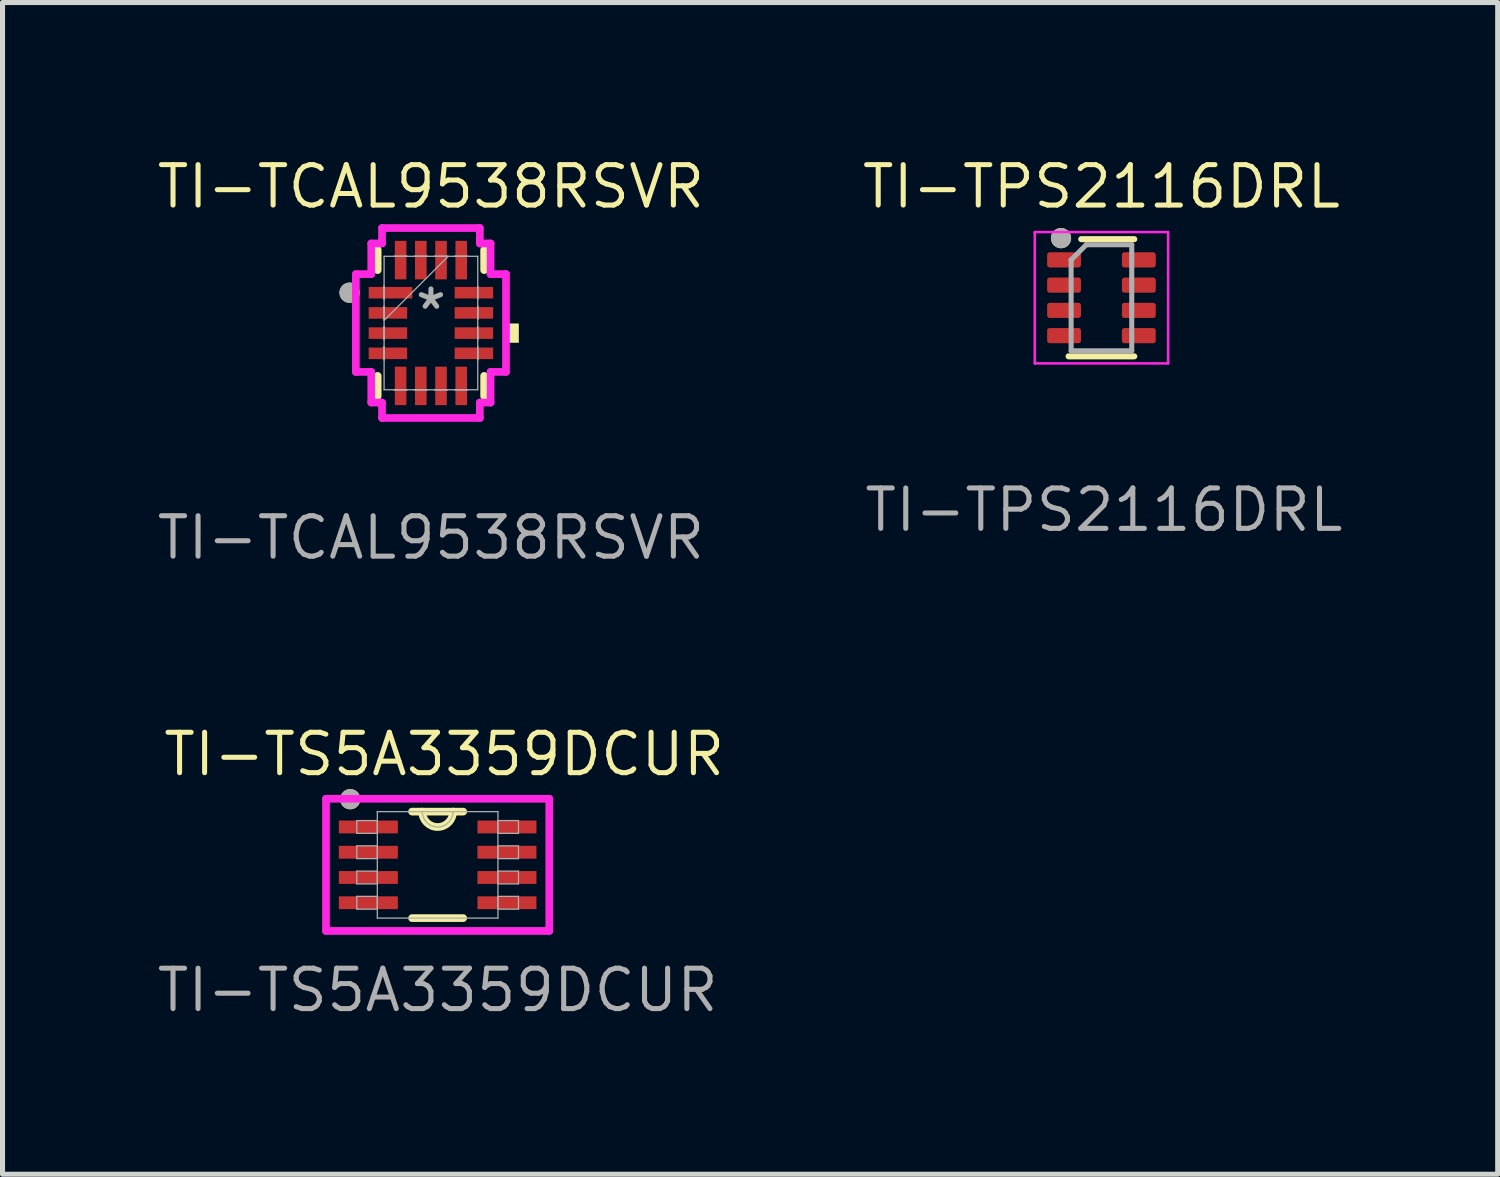
<source format=kicad_pcb>
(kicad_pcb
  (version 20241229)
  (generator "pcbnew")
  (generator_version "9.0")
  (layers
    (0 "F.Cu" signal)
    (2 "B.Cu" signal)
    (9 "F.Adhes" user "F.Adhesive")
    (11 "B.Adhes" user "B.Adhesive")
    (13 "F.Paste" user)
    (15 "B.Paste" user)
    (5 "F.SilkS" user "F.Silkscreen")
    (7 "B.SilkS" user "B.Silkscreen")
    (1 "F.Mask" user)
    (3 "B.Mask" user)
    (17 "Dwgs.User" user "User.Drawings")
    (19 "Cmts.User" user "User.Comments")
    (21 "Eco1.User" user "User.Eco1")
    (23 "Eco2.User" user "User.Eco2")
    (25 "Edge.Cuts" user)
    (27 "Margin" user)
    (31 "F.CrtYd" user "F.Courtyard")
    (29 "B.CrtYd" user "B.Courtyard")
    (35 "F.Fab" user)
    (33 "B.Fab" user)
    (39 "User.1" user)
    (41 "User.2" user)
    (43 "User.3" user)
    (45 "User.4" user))
  (footprint "TI-TCAL9538RSVR"
    (layer "F.Cu")
    (at 5.48 3.344)
    (property "Reference" "TI-TCAL9538RSVR" (at 0 -2.7 0) (unlocked yes) (layer "F.SilkS") (effects (font (size 0.8 0.8) (thickness 0.1))))
    (attr smd)
    (fp_line (start -1.054 -1.047) (end -1.054 -1.448) (stroke (width 0.152) (type solid)) (layer "F.SilkS"))
    (fp_line (start -1.054 1.448) (end -1.054 1.047) (stroke (width 0.152) (type solid)) (layer "F.SilkS"))
    (fp_line (start 1.054 -1.448) (end 1.054 -1.047) (stroke (width 0.152) (type solid)) (layer "F.SilkS"))
    (fp_line (start 1.054 1.047) (end 1.054 1.448) (stroke (width 0.152) (type solid)) (layer "F.SilkS"))
    (fp_circle (center -1.61 -0.6) (end -1.51 -0.6) (stroke (width 0.2) (type solid)) (fill no) (layer "F.SilkS"))
    (fp_poly (pts (xy 1.74 0.009) (xy 1.74 0.391) (xy 1.486 0.391) (xy 1.486 0.009)) (stroke (width 0) (type solid)) (fill yes) (layer "F.SilkS"))
    (fp_line (start -1.486 -0.968) (end -1.486 0.968) (stroke (width 0.152) (type solid)) (layer "F.CrtYd"))
    (fp_line (start -1.486 0.968) (end -1.181 0.968) (stroke (width 0.152) (type solid)) (layer "F.CrtYd"))
    (fp_line (start -1.181 -1.575) (end -1.181 -0.968) (stroke (width 0.152) (type solid)) (layer "F.CrtYd"))
    (fp_line (start -1.181 -0.968) (end -1.486 -0.968) (stroke (width 0.152) (type solid)) (layer "F.CrtYd"))
    (fp_line (start -1.181 0.968) (end -1.181 1.575) (stroke (width 0.152) (type solid)) (layer "F.CrtYd"))
    (fp_line (start -1.181 1.575) (end -0.968 1.575) (stroke (width 0.152) (type solid)) (layer "F.CrtYd"))
    (fp_line (start -0.968 -1.88) (end -0.968 -1.575) (stroke (width 0.152) (type solid)) (layer "F.CrtYd"))
    (fp_line (start -0.968 -1.575) (end -1.181 -1.575) (stroke (width 0.152) (type solid)) (layer "F.CrtYd"))
    (fp_line (start -0.968 1.575) (end -0.968 1.88) (stroke (width 0.152) (type solid)) (layer "F.CrtYd"))
    (fp_line (start -0.968 1.88) (end 0.968 1.88) (stroke (width 0.152) (type solid)) (layer "F.CrtYd"))
    (fp_line (start 0.968 -1.88) (end -0.968 -1.88) (stroke (width 0.152) (type solid)) (layer "F.CrtYd"))
    (fp_line (start 0.968 -1.575) (end 0.968 -1.88) (stroke (width 0.152) (type solid)) (layer "F.CrtYd"))
    (fp_line (start 0.968 1.575) (end 1.181 1.575) (stroke (width 0.152) (type solid)) (layer "F.CrtYd"))
    (fp_line (start 0.968 1.88) (end 0.968 1.575) (stroke (width 0.152) (type solid)) (layer "F.CrtYd"))
    (fp_line (start 1.181 -1.575) (end 0.968 -1.575) (stroke (width 0.152) (type solid)) (layer "F.CrtYd"))
    (fp_line (start 1.181 -0.968) (end 1.181 -1.575) (stroke (width 0.152) (type solid)) (layer "F.CrtYd"))
    (fp_line (start 1.181 0.968) (end 1.486 0.968) (stroke (width 0.152) (type solid)) (layer "F.CrtYd"))
    (fp_line (start 1.181 1.575) (end 1.181 0.968) (stroke (width 0.152) (type solid)) (layer "F.CrtYd"))
    (fp_line (start 1.486 -0.968) (end 1.181 -0.968) (stroke (width 0.152) (type solid)) (layer "F.CrtYd"))
    (fp_line (start 1.486 0.968) (end 1.486 -0.968) (stroke (width 0.152) (type solid)) (layer "F.CrtYd"))
    (fp_line (start -0.927 -1.321) (end -0.927 1.321) (stroke (width 0.025) (type solid)) (layer "F.Fab"))
    (fp_line (start -0.927 -0.727) (end -0.927 -0.727) (stroke (width 0.025) (type solid)) (layer "F.Fab"))
    (fp_line (start -0.927 -0.727) (end -0.927 -0.473) (stroke (width 0.025) (type solid)) (layer "F.Fab"))
    (fp_line (start -0.927 -0.473) (end -0.927 -0.727) (stroke (width 0.025) (type solid)) (layer "F.Fab"))
    (fp_line (start -0.927 -0.473) (end -0.927 -0.473) (stroke (width 0.025) (type solid)) (layer "F.Fab"))
    (fp_line (start -0.927 -0.327) (end -0.927 -0.327) (stroke (width 0.025) (type solid)) (layer "F.Fab"))
    (fp_line (start -0.927 -0.327) (end -0.927 -0.073) (stroke (width 0.025) (type solid)) (layer "F.Fab"))
    (fp_line (start -0.927 -0.073) (end -0.927 -0.327) (stroke (width 0.025) (type solid)) (layer "F.Fab"))
    (fp_line (start -0.927 -0.073) (end -0.927 -0.073) (stroke (width 0.025) (type solid)) (layer "F.Fab"))
    (fp_line (start -0.927 -0.051) (end 0.343 -1.321) (stroke (width 0.025) (type solid)) (layer "F.Fab"))
    (fp_line (start -0.927 0.073) (end -0.927 0.073) (stroke (width 0.025) (type solid)) (layer "F.Fab"))
    (fp_line (start -0.927 0.073) (end -0.927 0.327) (stroke (width 0.025) (type solid)) (layer "F.Fab"))
    (fp_line (start -0.927 0.327) (end -0.927 0.073) (stroke (width 0.025) (type solid)) (layer "F.Fab"))
    (fp_line (start -0.927 0.327) (end -0.927 0.327) (stroke (width 0.025) (type solid)) (layer "F.Fab"))
    (fp_line (start -0.927 0.473) (end -0.927 0.473) (stroke (width 0.025) (type solid)) (layer "F.Fab"))
    (fp_line (start -0.927 0.473) (end -0.927 0.727) (stroke (width 0.025) (type solid)) (layer "F.Fab"))
    (fp_line (start -0.927 0.727) (end -0.927 0.473) (stroke (width 0.025) (type solid)) (layer "F.Fab"))
    (fp_line (start -0.927 0.727) (end -0.927 0.727) (stroke (width 0.025) (type solid)) (layer "F.Fab"))
    (fp_line (start -0.927 1.321) (end 0.927 1.321) (stroke (width 0.025) (type solid)) (layer "F.Fab"))
    (fp_line (start -0.727 -1.321) (end -0.727 -1.321) (stroke (width 0.025) (type solid)) (layer "F.Fab"))
    (fp_line (start -0.727 -1.321) (end -0.473 -1.321) (stroke (width 0.025) (type solid)) (layer "F.Fab"))
    (fp_line (start -0.727 1.321) (end -0.727 1.321) (stroke (width 0.025) (type solid)) (layer "F.Fab"))
    (fp_line (start -0.727 1.321) (end -0.473 1.321) (stroke (width 0.025) (type solid)) (layer "F.Fab"))
    (fp_line (start -0.473 -1.321) (end -0.727 -1.321) (stroke (width 0.025) (type solid)) (layer "F.Fab"))
    (fp_line (start -0.473 -1.321) (end -0.473 -1.321) (stroke (width 0.025) (type solid)) (layer "F.Fab"))
    (fp_line (start -0.473 1.321) (end -0.727 1.321) (stroke (width 0.025) (type solid)) (layer "F.Fab"))
    (fp_line (start -0.473 1.321) (end -0.473 1.321) (stroke (width 0.025) (type solid)) (layer "F.Fab"))
    (fp_line (start -0.327 -1.321) (end -0.327 -1.321) (stroke (width 0.025) (type solid)) (layer "F.Fab"))
    (fp_line (start -0.327 -1.321) (end -0.073 -1.321) (stroke (width 0.025) (type solid)) (layer "F.Fab"))
    (fp_line (start -0.327 1.321) (end -0.327 1.321) (stroke (width 0.025) (type solid)) (layer "F.Fab"))
    (fp_line (start -0.327 1.321) (end -0.073 1.321) (stroke (width 0.025) (type solid)) (layer "F.Fab"))
    (fp_line (start -0.073 -1.321) (end -0.327 -1.321) (stroke (width 0.025) (type solid)) (layer "F.Fab"))
    (fp_line (start -0.073 -1.321) (end -0.073 -1.321) (stroke (width 0.025) (type solid)) (layer "F.Fab"))
    (fp_line (start -0.073 1.321) (end -0.327 1.321) (stroke (width 0.025) (type solid)) (layer "F.Fab"))
    (fp_line (start -0.073 1.321) (end -0.073 1.321) (stroke (width 0.025) (type solid)) (layer "F.Fab"))
    (fp_line (start 0.073 -1.321) (end 0.073 -1.321) (stroke (width 0.025) (type solid)) (layer "F.Fab"))
    (fp_line (start 0.073 -1.321) (end 0.327 -1.321) (stroke (width 0.025) (type solid)) (layer "F.Fab"))
    (fp_line (start 0.073 1.321) (end 0.073 1.321) (stroke (width 0.025) (type solid)) (layer "F.Fab"))
    (fp_line (start 0.073 1.321) (end 0.327 1.321) (stroke (width 0.025) (type solid)) (layer "F.Fab"))
    (fp_line (start 0.327 -1.321) (end 0.073 -1.321) (stroke (width 0.025) (type solid)) (layer "F.Fab"))
    (fp_line (start 0.327 -1.321) (end 0.327 -1.321) (stroke (width 0.025) (type solid)) (layer "F.Fab"))
    (fp_line (start 0.327 1.321) (end 0.073 1.321) (stroke (width 0.025) (type solid)) (layer "F.Fab"))
    (fp_line (start 0.327 1.321) (end 0.327 1.321) (stroke (width 0.025) (type solid)) (layer "F.Fab"))
    (fp_line (start 0.473 -1.321) (end 0.473 -1.321) (stroke (width 0.025) (type solid)) (layer "F.Fab"))
    (fp_line (start 0.473 -1.321) (end 0.727 -1.321) (stroke (width 0.025) (type solid)) (layer "F.Fab"))
    (fp_line (start 0.473 1.321) (end 0.473 1.321) (stroke (width 0.025) (type solid)) (layer "F.Fab"))
    (fp_line (start 0.473 1.321) (end 0.727 1.321) (stroke (width 0.025) (type solid)) (layer "F.Fab"))
    (fp_line (start 0.727 -1.321) (end 0.473 -1.321) (stroke (width 0.025) (type solid)) (layer "F.Fab"))
    (fp_line (start 0.727 -1.321) (end 0.727 -1.321) (stroke (width 0.025) (type solid)) (layer "F.Fab"))
    (fp_line (start 0.727 1.321) (end 0.473 1.321) (stroke (width 0.025) (type solid)) (layer "F.Fab"))
    (fp_line (start 0.727 1.321) (end 0.727 1.321) (stroke (width 0.025) (type solid)) (layer "F.Fab"))
    (fp_line (start 0.927 -1.321) (end -0.927 -1.321) (stroke (width 0.025) (type solid)) (layer "F.Fab"))
    (fp_line (start 0.927 -0.727) (end 0.927 -0.727) (stroke (width 0.025) (type solid)) (layer "F.Fab"))
    (fp_line (start 0.927 -0.727) (end 0.927 -0.473) (stroke (width 0.025) (type solid)) (layer "F.Fab"))
    (fp_line (start 0.927 -0.473) (end 0.927 -0.727) (stroke (width 0.025) (type solid)) (layer "F.Fab"))
    (fp_line (start 0.927 -0.473) (end 0.927 -0.473) (stroke (width 0.025) (type solid)) (layer "F.Fab"))
    (fp_line (start 0.927 -0.327) (end 0.927 -0.327) (stroke (width 0.025) (type solid)) (layer "F.Fab"))
    (fp_line (start 0.927 -0.327) (end 0.927 -0.073) (stroke (width 0.025) (type solid)) (layer "F.Fab"))
    (fp_line (start 0.927 -0.073) (end 0.927 -0.327) (stroke (width 0.025) (type solid)) (layer "F.Fab"))
    (fp_line (start 0.927 -0.073) (end 0.927 -0.073) (stroke (width 0.025) (type solid)) (layer "F.Fab"))
    (fp_line (start 0.927 0.073) (end 0.927 0.073) (stroke (width 0.025) (type solid)) (layer "F.Fab"))
    (fp_line (start 0.927 0.073) (end 0.927 0.327) (stroke (width 0.025) (type solid)) (layer "F.Fab"))
    (fp_line (start 0.927 0.327) (end 0.927 0.073) (stroke (width 0.025) (type solid)) (layer "F.Fab"))
    (fp_line (start 0.927 0.327) (end 0.927 0.327) (stroke (width 0.025) (type solid)) (layer "F.Fab"))
    (fp_line (start 0.927 0.473) (end 0.927 0.473) (stroke (width 0.025) (type solid)) (layer "F.Fab"))
    (fp_line (start 0.927 0.473) (end 0.927 0.727) (stroke (width 0.025) (type solid)) (layer "F.Fab"))
    (fp_line (start 0.927 0.727) (end 0.927 0.473) (stroke (width 0.025) (type solid)) (layer "F.Fab"))
    (fp_line (start 0.927 0.727) (end 0.927 0.727) (stroke (width 0.025) (type solid)) (layer "F.Fab"))
    (fp_line (start 0.927 1.321) (end 0.927 -1.321) (stroke (width 0.025) (type solid)) (layer "F.Fab"))
    (fp_circle (center -1.61 -0.6) (end -1.51 -0.6) (stroke (width 0.2) (type solid)) (fill no) (layer "F.Fab"))
    (fp_text user "*" (at 0 -0.24 0) (unlocked yes) (layer "F.Fab") (effects (font (size 0.8 0.8) (thickness 0.1))))
    (fp_text user "${REFERENCE}" (at 0 4.25 0) (unlocked yes) (layer "F.Fab") (effects (font (size 0.8 0.8) (thickness 0.1))))
    (pad "1" smd rect (at -0.8 -0.6 90) (size 0.229 0.864) (layers "F.Cu" "F.Mask" "F.Paste"))
    (pad "2" smd rect (at -0.851 -0.2 90) (size 0.229 0.762) (layers "F.Cu" "F.Mask" "F.Paste"))
    (pad "3" smd rect (at -0.851 0.2 90) (size 0.229 0.762) (layers "F.Cu" "F.Mask" "F.Paste"))
    (pad "4" smd rect (at -0.851 0.6 90) (size 0.229 0.762) (layers "F.Cu" "F.Mask" "F.Paste"))
    (pad "5" smd rect (at -0.6 1.245) (size 0.229 0.762) (layers "F.Cu" "F.Mask" "F.Paste"))
    (pad "6" smd rect (at -0.2 1.245) (size 0.229 0.762) (layers "F.Cu" "F.Mask" "F.Paste"))
    (pad "7" smd rect (at 0.2 1.245) (size 0.229 0.762) (layers "F.Cu" "F.Mask" "F.Paste"))
    (pad "8" smd rect (at 0.6 1.245) (size 0.229 0.762) (layers "F.Cu" "F.Mask" "F.Paste"))
    (pad "9" smd rect (at 0.851 0.6 90) (size 0.229 0.762) (layers "F.Cu" "F.Mask" "F.Paste"))
    (pad "10" smd rect (at 0.851 0.2 90) (size 0.229 0.762) (layers "F.Cu" "F.Mask" "F.Paste"))
    (pad "11" smd rect (at 0.851 -0.2 90) (size 0.229 0.762) (layers "F.Cu" "F.Mask" "F.Paste"))
    (pad "12" smd rect (at 0.851 -0.6 90) (size 0.229 0.762) (layers "F.Cu" "F.Mask" "F.Paste"))
    (pad "13" smd rect (at 0.6 -1.245) (size 0.229 0.762) (layers "F.Cu" "F.Mask" "F.Paste"))
    (pad "14" smd rect (at 0.2 -1.245) (size 0.229 0.762) (layers "F.Cu" "F.Mask" "F.Paste"))
    (pad "15" smd rect (at -0.2 -1.245) (size 0.229 0.762) (layers "F.Cu" "F.Mask" "F.Paste"))
    (pad "16" smd rect (at -0.6 -1.245) (size 0.229 0.762) (layers "F.Cu" "F.Mask" "F.Paste")))
  (footprint "TI-TPS2116DRL"
    (layer "F.Cu")
    (at 18.753 2.844)
    (property "Reference" "TI-TPS2116DRL" (at 0 -2.2 0) (unlocked yes) (layer "F.SilkS") (effects (font (size 0.8 0.8) (thickness 0.1))))
    (attr smd)
    (fp_line (start 0.65 -1.16) (end -0.4 -1.16) (stroke (width 0.12) (type default)) (layer "F.SilkS"))
    (fp_line (start 0.65 1.16) (end -0.65 1.16) (stroke (width 0.12) (type default)) (layer "F.SilkS"))
    (fp_circle (center -0.8 -1.18) (end -0.7 -1.18) (stroke (width 0.2) (type solid)) (fill no) (layer "F.SilkS"))
    (fp_line (start -1.32 -1.3) (end 1.32 -1.3) (stroke (width 0.05) (type default)) (layer "F.CrtYd"))
    (fp_line (start -1.32 1.3) (end -1.32 -1.3) (stroke (width 0.05) (type default)) (layer "F.CrtYd"))
    (fp_line (start 1.32 -1.3) (end 1.32 1.3) (stroke (width 0.05) (type default)) (layer "F.CrtYd"))
    (fp_line (start 1.32 1.3) (end -1.32 1.3) (stroke (width 0.05) (type default)) (layer "F.CrtYd"))
    (fp_line (start -0.6 -0.75) (end -0.6 1.05) (stroke (width 0.1) (type default)) (layer "F.Fab"))
    (fp_line (start -0.6 1.05) (end 0.6 1.05) (stroke (width 0.1) (type default)) (layer "F.Fab"))
    (fp_line (start -0.3 -1.05) (end -0.6 -0.75) (stroke (width 0.1) (type default)) (layer "F.Fab"))
    (fp_line (start 0.6 -1.05) (end -0.3 -1.05) (stroke (width 0.1) (type default)) (layer "F.Fab"))
    (fp_line (start 0.6 -1.05) (end 0.6 1.05) (stroke (width 0.1) (type default)) (layer "F.Fab"))
    (fp_circle (center -0.8 -1.18) (end -0.7 -1.18) (stroke (width 0.2) (type solid)) (fill no) (layer "F.Fab"))
    (fp_text user "${REFERENCE}" (at 0.05 4.2 0) (unlocked yes) (layer "F.Fab") (effects (font (size 0.8 0.8) (thickness 0.1))))
    (pad "1" smd roundrect (at -0.74 -0.75) (size 0.67 0.3) (layers "F.Cu" "F.Mask" "F.Paste") (roundrect_rratio 0.167))
    (pad "2" smd roundrect (at -0.74 -0.25) (size 0.67 0.3) (layers "F.Cu" "F.Mask" "F.Paste") (roundrect_rratio 0.167))
    (pad "3" smd roundrect (at -0.74 0.25) (size 0.67 0.3) (layers "F.Cu" "F.Mask" "F.Paste") (roundrect_rratio 0.167))
    (pad "4" smd roundrect (at -0.74 0.75) (size 0.67 0.3) (layers "F.Cu" "F.Mask" "F.Paste") (roundrect_rratio 0.167))
    (pad "5" smd roundrect (at 0.74 0.75) (size 0.67 0.3) (layers "F.Cu" "F.Mask" "F.Paste") (roundrect_rratio 0.167))
    (pad "6" smd roundrect (at 0.74 0.25) (size 0.67 0.3) (layers "F.Cu" "F.Mask" "F.Paste") (roundrect_rratio 0.167))
    (pad "7" smd roundrect (at 0.74 -0.25) (size 0.67 0.3) (layers "F.Cu" "F.Mask" "F.Paste") (roundrect_rratio 0.167))
    (pad "8" smd roundrect (at 0.74 -0.75) (size 0.67 0.3) (layers "F.Cu" "F.Mask" "F.Paste") (roundrect_rratio 0.167)))
  (footprint "TI-TS5A3359DCUR"
    (layer "F.Cu")
    (at 5.613 14.07)
    (property "Reference" "TI-TS5A3359DCUR" (at 0.13 -2.19 0) (unlocked yes) (layer "F.SilkS") (effects (font (size 0.8 0.8) (thickness 0.1))))
    (attr smd)
    (fp_line (start -0.506 1.054) (end 0.506 1.054) (stroke (width 0.152) (type solid)) (layer "F.SilkS"))
    (fp_line (start 0.506 -1.054) (end -0.506 -1.054) (stroke (width 0.152) (type solid)) (layer "F.SilkS"))
    (fp_arc (start 0.3048 -1.0541) (mid 0 -0.7493) (end -0.3048 -1.0541) (stroke (width 0.1524) (type solid)) (layer "F.SilkS"))
    (fp_circle (center -1.73 -1.3) (end -1.63 -1.3) (stroke (width 0.2) (type solid)) (fill no) (layer "F.SilkS"))
    (fp_line (start -2.21 -1.308) (end 2.21 -1.308) (stroke (width 0.152) (type solid)) (layer "F.CrtYd"))
    (fp_line (start -2.21 1.308) (end -2.21 -1.308) (stroke (width 0.152) (type solid)) (layer "F.CrtYd"))
    (fp_line (start 2.21 -1.308) (end 2.21 1.308) (stroke (width 0.152) (type solid)) (layer "F.CrtYd"))
    (fp_line (start 2.21 1.308) (end -2.21 1.308) (stroke (width 0.152) (type solid)) (layer "F.CrtYd"))
    (fp_line (start -1.6 -0.877) (end -1.6 -0.623) (stroke (width 0.025) (type solid)) (layer "F.Fab"))
    (fp_line (start -1.6 -0.623) (end -1.194 -0.623) (stroke (width 0.025) (type solid)) (layer "F.Fab"))
    (fp_line (start -1.6 -0.377) (end -1.6 -0.123) (stroke (width 0.025) (type solid)) (layer "F.Fab"))
    (fp_line (start -1.6 -0.123) (end -1.194 -0.123) (stroke (width 0.025) (type solid)) (layer "F.Fab"))
    (fp_line (start -1.6 0.123) (end -1.6 0.377) (stroke (width 0.025) (type solid)) (layer "F.Fab"))
    (fp_line (start -1.6 0.377) (end -1.194 0.377) (stroke (width 0.025) (type solid)) (layer "F.Fab"))
    (fp_line (start -1.6 0.623) (end -1.6 0.877) (stroke (width 0.025) (type solid)) (layer "F.Fab"))
    (fp_line (start -1.6 0.877) (end -1.194 0.877) (stroke (width 0.025) (type solid)) (layer "F.Fab"))
    (fp_line (start -1.194 -1.054) (end -1.194 1.054) (stroke (width 0.025) (type solid)) (layer "F.Fab"))
    (fp_line (start -1.194 -0.877) (end -1.6 -0.877) (stroke (width 0.025) (type solid)) (layer "F.Fab"))
    (fp_line (start -1.194 -0.623) (end -1.194 -0.877) (stroke (width 0.025) (type solid)) (layer "F.Fab"))
    (fp_line (start -1.194 -0.377) (end -1.6 -0.377) (stroke (width 0.025) (type solid)) (layer "F.Fab"))
    (fp_line (start -1.194 -0.123) (end -1.194 -0.377) (stroke (width 0.025) (type solid)) (layer "F.Fab"))
    (fp_line (start -1.194 0.123) (end -1.6 0.123) (stroke (width 0.025) (type solid)) (layer "F.Fab"))
    (fp_line (start -1.194 0.377) (end -1.194 0.123) (stroke (width 0.025) (type solid)) (layer "F.Fab"))
    (fp_line (start -1.194 0.623) (end -1.6 0.623) (stroke (width 0.025) (type solid)) (layer "F.Fab"))
    (fp_line (start -1.194 0.877) (end -1.194 0.623) (stroke (width 0.025) (type solid)) (layer "F.Fab"))
    (fp_line (start -1.194 1.054) (end 1.194 1.054) (stroke (width 0.025) (type solid)) (layer "F.Fab"))
    (fp_line (start 1.194 -1.054) (end -1.194 -1.054) (stroke (width 0.025) (type solid)) (layer "F.Fab"))
    (fp_line (start 1.194 -0.877) (end 1.194 -0.623) (stroke (width 0.025) (type solid)) (layer "F.Fab"))
    (fp_line (start 1.194 -0.623) (end 1.6 -0.623) (stroke (width 0.025) (type solid)) (layer "F.Fab"))
    (fp_line (start 1.194 -0.377) (end 1.194 -0.123) (stroke (width 0.025) (type solid)) (layer "F.Fab"))
    (fp_line (start 1.194 -0.123) (end 1.6 -0.123) (stroke (width 0.025) (type solid)) (layer "F.Fab"))
    (fp_line (start 1.194 0.123) (end 1.194 0.377) (stroke (width 0.025) (type solid)) (layer "F.Fab"))
    (fp_line (start 1.194 0.377) (end 1.6 0.377) (stroke (width 0.025) (type solid)) (layer "F.Fab"))
    (fp_line (start 1.194 0.623) (end 1.194 0.877) (stroke (width 0.025) (type solid)) (layer "F.Fab"))
    (fp_line (start 1.194 0.877) (end 1.6 0.877) (stroke (width 0.025) (type solid)) (layer "F.Fab"))
    (fp_line (start 1.194 1.054) (end 1.194 -1.054) (stroke (width 0.025) (type solid)) (layer "F.Fab"))
    (fp_line (start 1.6 -0.877) (end 1.194 -0.877) (stroke (width 0.025) (type solid)) (layer "F.Fab"))
    (fp_line (start 1.6 -0.623) (end 1.6 -0.877) (stroke (width 0.025) (type solid)) (layer "F.Fab"))
    (fp_line (start 1.6 -0.377) (end 1.194 -0.377) (stroke (width 0.025) (type solid)) (layer "F.Fab"))
    (fp_line (start 1.6 -0.123) (end 1.6 -0.377) (stroke (width 0.025) (type solid)) (layer "F.Fab"))
    (fp_line (start 1.6 0.123) (end 1.194 0.123) (stroke (width 0.025) (type solid)) (layer "F.Fab"))
    (fp_line (start 1.6 0.377) (end 1.6 0.123) (stroke (width 0.025) (type solid)) (layer "F.Fab"))
    (fp_line (start 1.6 0.623) (end 1.194 0.623) (stroke (width 0.025) (type solid)) (layer "F.Fab"))
    (fp_line (start 1.6 0.877) (end 1.6 0.623) (stroke (width 0.025) (type solid)) (layer "F.Fab"))
    (fp_arc (start 0.3048 -1.0541) (mid 0 -0.7493) (end -0.3048 -1.0541) (stroke (width 0.0254) (type solid)) (layer "F.Fab"))
    (fp_circle (center -1.73 -1.3) (end -1.63 -1.3) (stroke (width 0.2) (type solid)) (fill no) (layer "F.Fab"))
    (fp_text user "${REFERENCE}" (at 0 2.48 0) (unlocked yes) (layer "F.Fab") (effects (font (size 0.8 0.8) (thickness 0.1))))
    (pad "1" smd rect (at -1.372 -0.75) (size 1.168 0.254) (layers "F.Cu" "F.Mask" "F.Paste"))
    (pad "2" smd rect (at -1.372 -0.25) (size 1.168 0.254) (layers "F.Cu" "F.Mask" "F.Paste"))
    (pad "3" smd rect (at -1.372 0.25) (size 1.168 0.254) (layers "F.Cu" "F.Mask" "F.Paste"))
    (pad "4" smd rect (at -1.372 0.75) (size 1.168 0.254) (layers "F.Cu" "F.Mask" "F.Paste"))
    (pad "5" smd rect (at 1.372 0.75) (size 1.168 0.254) (layers "F.Cu" "F.Mask" "F.Paste"))
    (pad "6" smd rect (at 1.372 0.25) (size 1.168 0.254) (layers "F.Cu" "F.Mask" "F.Paste"))
    (pad "7" smd rect (at 1.372 -0.25) (size 1.168 0.254) (layers "F.Cu" "F.Mask" "F.Paste"))
    (pad "8" smd rect (at 1.372 -0.75) (size 1.168 0.254) (layers "F.Cu" "F.Mask" "F.Paste")))
  (gr_rect
    (start -3 -3)
    (end 26.597 20.194)
    (stroke (width 0.1) (type default))
    (fill no)
    (layer "Edge.Cuts")))
</source>
